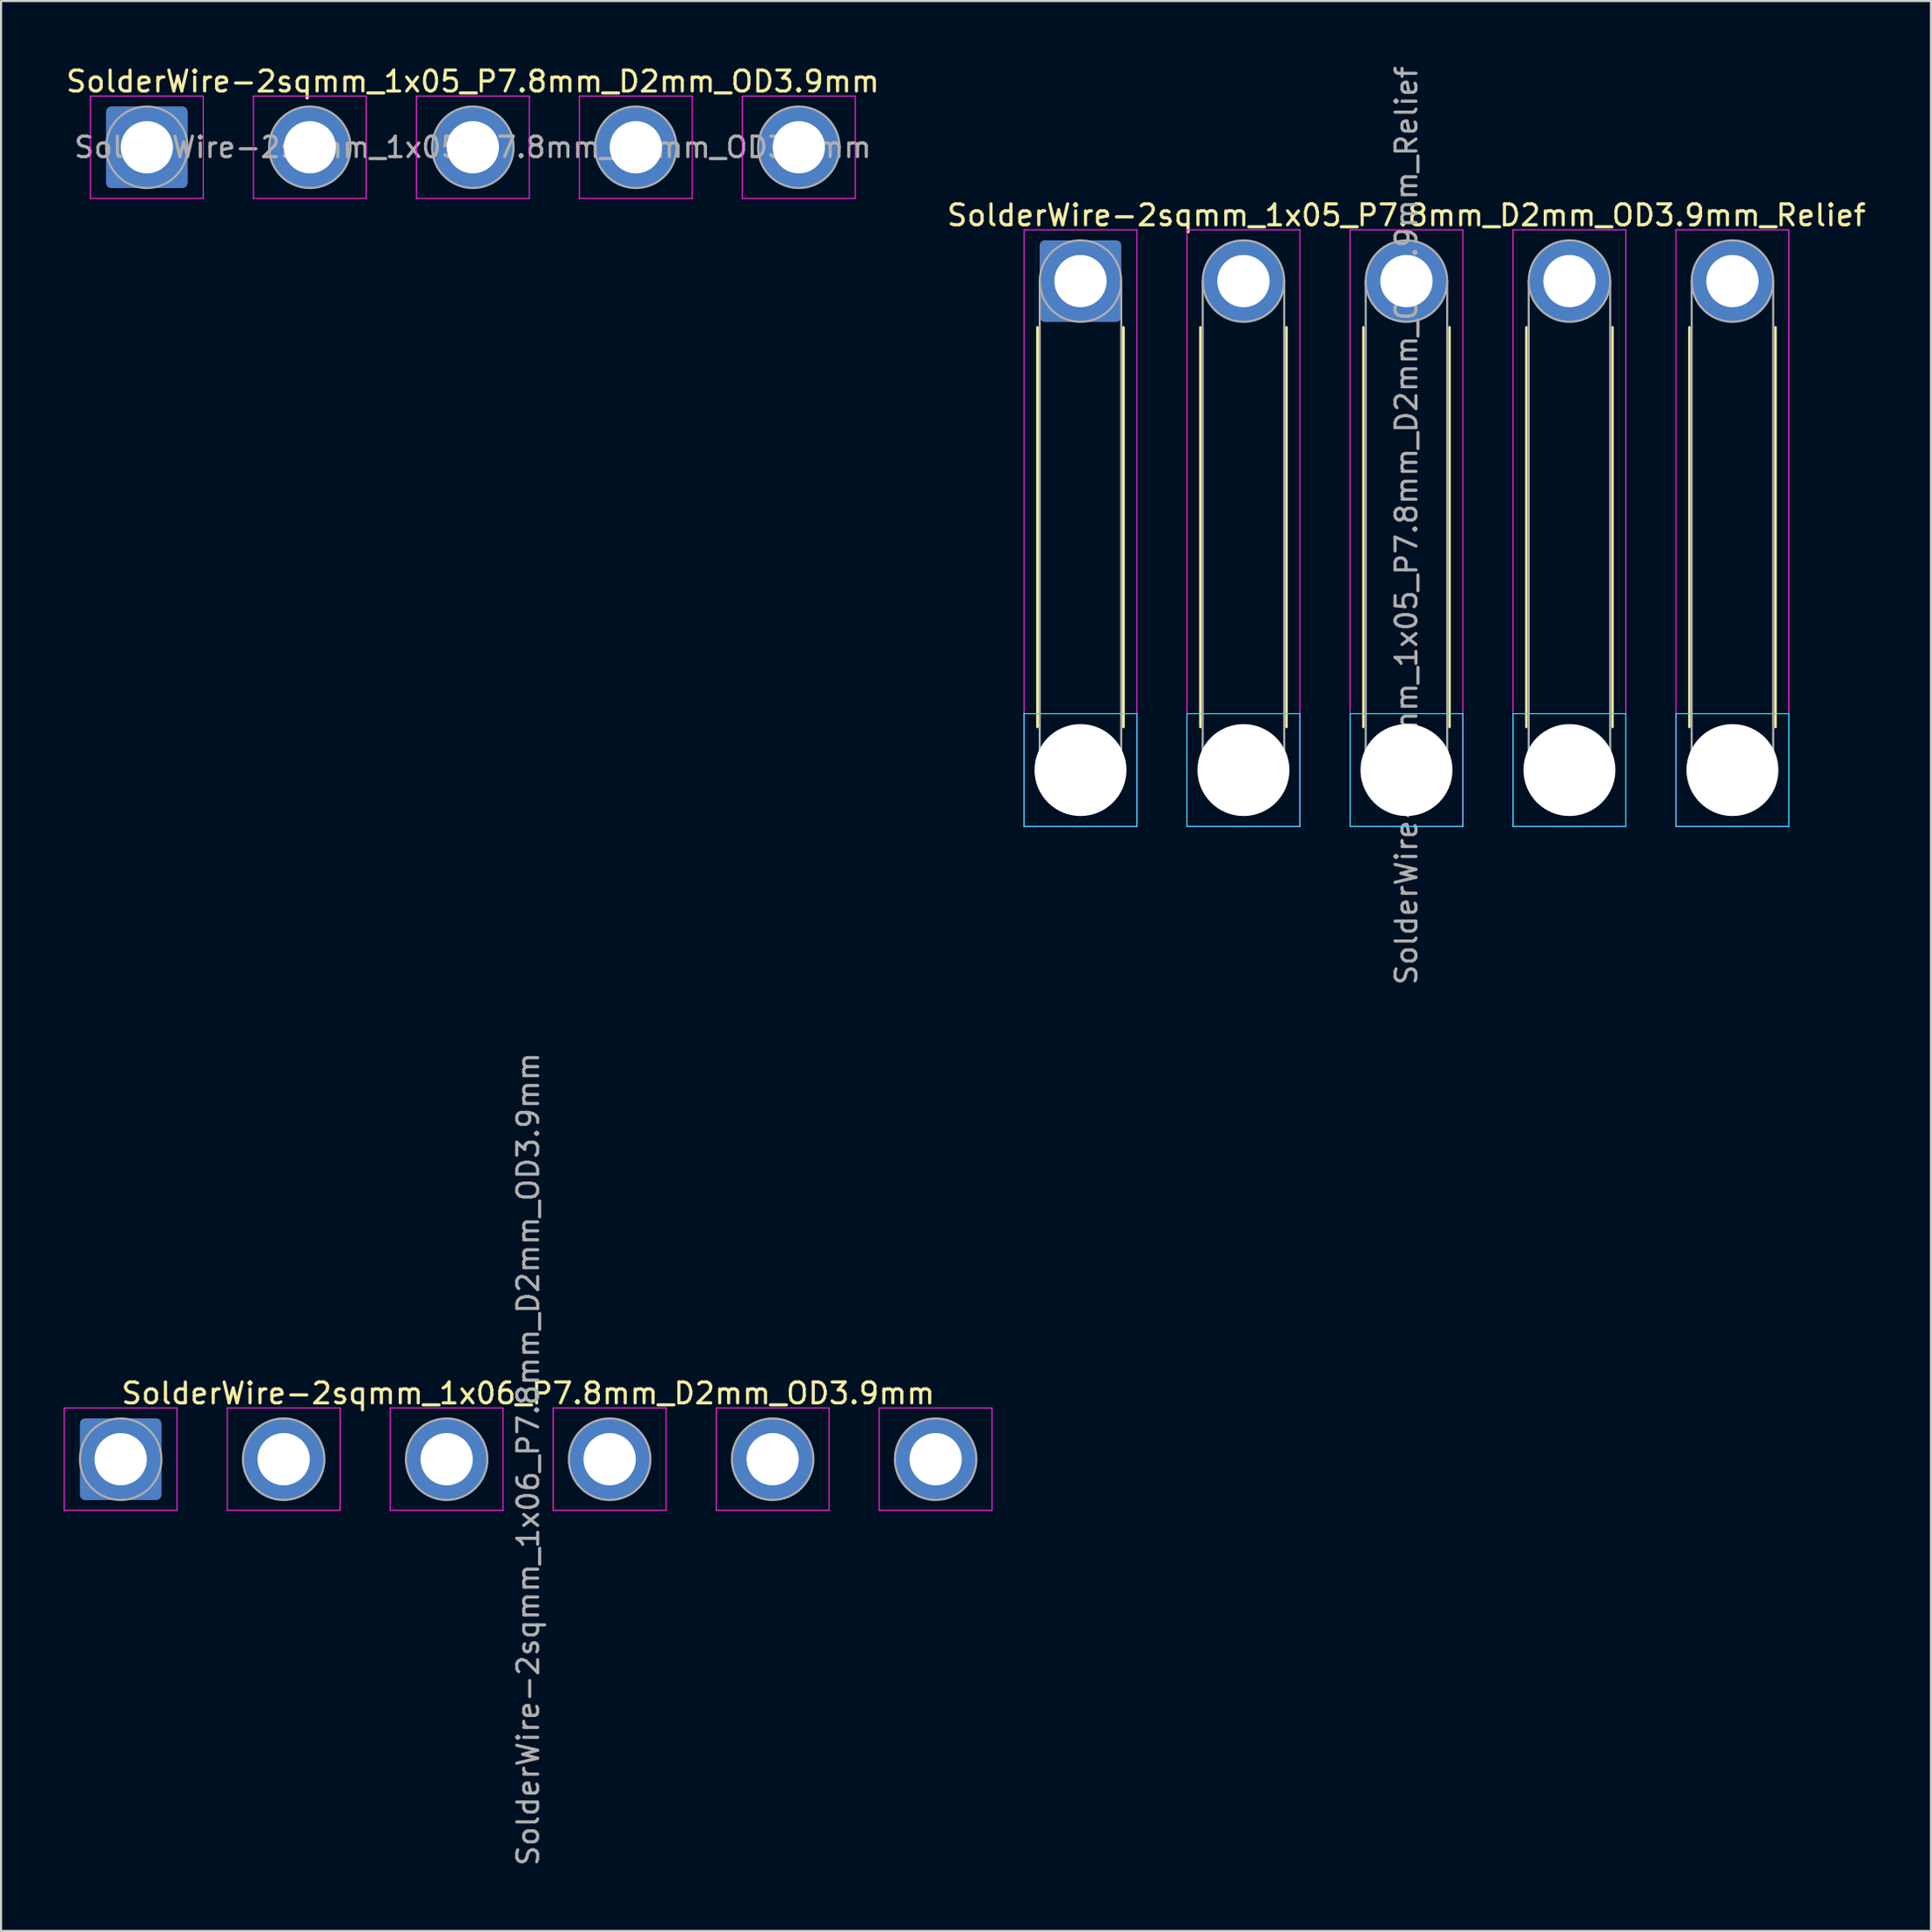
<source format=kicad_pcb>
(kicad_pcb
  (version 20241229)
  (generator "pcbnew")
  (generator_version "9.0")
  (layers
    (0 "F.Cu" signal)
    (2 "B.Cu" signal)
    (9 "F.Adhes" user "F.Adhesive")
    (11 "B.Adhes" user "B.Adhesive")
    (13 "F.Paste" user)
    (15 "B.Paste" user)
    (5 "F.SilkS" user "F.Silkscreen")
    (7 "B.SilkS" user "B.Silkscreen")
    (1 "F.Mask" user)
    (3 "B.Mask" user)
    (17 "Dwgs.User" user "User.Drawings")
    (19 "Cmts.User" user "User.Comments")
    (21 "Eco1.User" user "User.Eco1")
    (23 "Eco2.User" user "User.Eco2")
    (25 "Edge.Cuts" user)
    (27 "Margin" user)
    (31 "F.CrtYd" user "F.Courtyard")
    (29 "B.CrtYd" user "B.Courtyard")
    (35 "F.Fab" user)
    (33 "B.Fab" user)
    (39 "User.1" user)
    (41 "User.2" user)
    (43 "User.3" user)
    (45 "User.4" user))
  (footprint "SolderWire-2sqmm_1x06_P7.8mm_D2mm_OD3.9mm"
    (layer "F.Cu")
    (at 2.725 66.78)
    (property "Reference" "SolderWire-2sqmm_1x06_P7.8mm_D2mm_OD3.9mm" (at 19.5 -3.15 0) (layer "F.SilkS") (effects (font (size 1 1) (thickness 0.15))))
    (attr exclude_from_pos_files exclude_from_bom)
    (fp_line (start -2.7 -2.45) (end -2.7 2.45) (stroke (width 0.05) (type solid)) (layer "F.CrtYd"))
    (fp_line (start -2.7 2.45) (end 2.7 2.45) (stroke (width 0.05) (type solid)) (layer "F.CrtYd"))
    (fp_line (start 2.7 -2.45) (end -2.7 -2.45) (stroke (width 0.05) (type solid)) (layer "F.CrtYd"))
    (fp_line (start 2.7 2.45) (end 2.7 -2.45) (stroke (width 0.05) (type solid)) (layer "F.CrtYd"))
    (fp_line (start 5.1 -2.45) (end 5.1 2.45) (stroke (width 0.05) (type solid)) (layer "F.CrtYd"))
    (fp_line (start 5.1 2.45) (end 10.5 2.45) (stroke (width 0.05) (type solid)) (layer "F.CrtYd"))
    (fp_line (start 10.5 -2.45) (end 5.1 -2.45) (stroke (width 0.05) (type solid)) (layer "F.CrtYd"))
    (fp_line (start 10.5 2.45) (end 10.5 -2.45) (stroke (width 0.05) (type solid)) (layer "F.CrtYd"))
    (fp_line (start 12.9 -2.45) (end 12.9 2.45) (stroke (width 0.05) (type solid)) (layer "F.CrtYd"))
    (fp_line (start 12.9 2.45) (end 18.3 2.45) (stroke (width 0.05) (type solid)) (layer "F.CrtYd"))
    (fp_line (start 18.3 -2.45) (end 12.9 -2.45) (stroke (width 0.05) (type solid)) (layer "F.CrtYd"))
    (fp_line (start 18.3 2.45) (end 18.3 -2.45) (stroke (width 0.05) (type solid)) (layer "F.CrtYd"))
    (fp_line (start 20.7 -2.45) (end 20.7 2.45) (stroke (width 0.05) (type solid)) (layer "F.CrtYd"))
    (fp_line (start 20.7 2.45) (end 26.1 2.45) (stroke (width 0.05) (type solid)) (layer "F.CrtYd"))
    (fp_line (start 26.1 -2.45) (end 20.7 -2.45) (stroke (width 0.05) (type solid)) (layer "F.CrtYd"))
    (fp_line (start 26.1 2.45) (end 26.1 -2.45) (stroke (width 0.05) (type solid)) (layer "F.CrtYd"))
    (fp_line (start 28.5 -2.45) (end 28.5 2.45) (stroke (width 0.05) (type solid)) (layer "F.CrtYd"))
    (fp_line (start 28.5 2.45) (end 33.9 2.45) (stroke (width 0.05) (type solid)) (layer "F.CrtYd"))
    (fp_line (start 33.9 -2.45) (end 28.5 -2.45) (stroke (width 0.05) (type solid)) (layer "F.CrtYd"))
    (fp_line (start 33.9 2.45) (end 33.9 -2.45) (stroke (width 0.05) (type solid)) (layer "F.CrtYd"))
    (fp_line (start 36.3 -2.45) (end 36.3 2.45) (stroke (width 0.05) (type solid)) (layer "F.CrtYd"))
    (fp_line (start 36.3 2.45) (end 41.7 2.45) (stroke (width 0.05) (type solid)) (layer "F.CrtYd"))
    (fp_line (start 41.7 -2.45) (end 36.3 -2.45) (stroke (width 0.05) (type solid)) (layer "F.CrtYd"))
    (fp_line (start 41.7 2.45) (end 41.7 -2.45) (stroke (width 0.05) (type solid)) (layer "F.CrtYd"))
    (fp_circle (center 0 0) (end 1.95 0) (stroke (width 0.1) (type solid)) (fill no) (layer "F.Fab"))
    (fp_circle (center 7.8 0) (end 9.75 0) (stroke (width 0.1) (type solid)) (fill no) (layer "F.Fab"))
    (fp_circle (center 15.6 0) (end 17.55 0) (stroke (width 0.1) (type solid)) (fill no) (layer "F.Fab"))
    (fp_circle (center 23.4 0) (end 25.35 0) (stroke (width 0.1) (type solid)) (fill no) (layer "F.Fab"))
    (fp_circle (center 31.2 0) (end 33.15 0) (stroke (width 0.1) (type solid)) (fill no) (layer "F.Fab"))
    (fp_circle (center 39 0) (end 40.95 0) (stroke (width 0.1) (type solid)) (fill no) (layer "F.Fab"))
    (fp_text user "${REFERENCE}" (at 19.5 0 90) (layer "F.Fab") (effects (font (size 1 1) (thickness 0.15))))
    (pad "1" thru_hole roundrect (at 0 0) (size 3.9 3.9) (drill 2.5) (layers "*.Cu" "*.Mask") (roundrect_rratio 0.064))
    (pad "2" thru_hole circle (at 7.8 0) (size 3.9 3.9) (drill 2.5) (layers "*.Cu" "*.Mask"))
    (pad "3" thru_hole circle (at 15.6 0) (size 3.9 3.9) (drill 2.5) (layers "*.Cu" "*.Mask"))
    (pad "4" thru_hole circle (at 23.4 0) (size 3.9 3.9) (drill 2.5) (layers "*.Cu" "*.Mask"))
    (pad "5" thru_hole circle (at 31.2 0) (size 3.9 3.9) (drill 2.5) (layers "*.Cu" "*.Mask"))
    (pad "6" thru_hole circle (at 39 0) (size 3.9 3.9) (drill 2.5) (layers "*.Cu" "*.Mask")))
  (footprint "SolderWire-2sqmm_1x05_P7.8mm_D2mm_OD3.9mm_Relief"
    (layer "F.Cu")
    (at 48.656 10.401)
    (property "Reference" "SolderWire-2sqmm_1x05_P7.8mm_D2mm_OD3.9mm_Relief" (at 15.6 -3.15 0) (layer "F.SilkS") (effects (font (size 1 1) (thickness 0.15))))
    (attr exclude_from_pos_files exclude_from_bom)
    (fp_line (start -2.06 2.21) (end -2.06 21.34) (stroke (width 0.12) (type solid)) (layer "F.SilkS"))
    (fp_line (start 2.06 2.21) (end 2.06 21.34) (stroke (width 0.12) (type solid)) (layer "F.SilkS"))
    (fp_line (start 5.74 2.21) (end 5.74 21.34) (stroke (width 0.12) (type solid)) (layer "F.SilkS"))
    (fp_line (start 9.86 2.21) (end 9.86 21.34) (stroke (width 0.12) (type solid)) (layer "F.SilkS"))
    (fp_line (start 13.54 2.21) (end 13.54 21.34) (stroke (width 0.12) (type solid)) (layer "F.SilkS"))
    (fp_line (start 17.66 2.21) (end 17.66 21.34) (stroke (width 0.12) (type solid)) (layer "F.SilkS"))
    (fp_line (start 21.34 2.21) (end 21.34 21.34) (stroke (width 0.12) (type solid)) (layer "F.SilkS"))
    (fp_line (start 25.46 2.21) (end 25.46 21.34) (stroke (width 0.12) (type solid)) (layer "F.SilkS"))
    (fp_line (start 29.14 2.21) (end 29.14 21.34) (stroke (width 0.12) (type solid)) (layer "F.SilkS"))
    (fp_line (start 33.26 2.21) (end 33.26 21.34) (stroke (width 0.12) (type solid)) (layer "F.SilkS"))
    (fp_line (start -2.7 20.7) (end -2.7 26.1) (stroke (width 0.05) (type solid)) (layer "B.CrtYd"))
    (fp_line (start -2.7 26.1) (end 2.7 26.1) (stroke (width 0.05) (type solid)) (layer "B.CrtYd"))
    (fp_line (start 2.7 20.7) (end -2.7 20.7) (stroke (width 0.05) (type solid)) (layer "B.CrtYd"))
    (fp_line (start 2.7 26.1) (end 2.7 20.7) (stroke (width 0.05) (type solid)) (layer "B.CrtYd"))
    (fp_line (start 5.1 20.7) (end 5.1 26.1) (stroke (width 0.05) (type solid)) (layer "B.CrtYd"))
    (fp_line (start 5.1 26.1) (end 10.5 26.1) (stroke (width 0.05) (type solid)) (layer "B.CrtYd"))
    (fp_line (start 10.5 20.7) (end 5.1 20.7) (stroke (width 0.05) (type solid)) (layer "B.CrtYd"))
    (fp_line (start 10.5 26.1) (end 10.5 20.7) (stroke (width 0.05) (type solid)) (layer "B.CrtYd"))
    (fp_line (start 12.9 20.7) (end 12.9 26.1) (stroke (width 0.05) (type solid)) (layer "B.CrtYd"))
    (fp_line (start 12.9 26.1) (end 18.3 26.1) (stroke (width 0.05) (type solid)) (layer "B.CrtYd"))
    (fp_line (start 18.3 20.7) (end 12.9 20.7) (stroke (width 0.05) (type solid)) (layer "B.CrtYd"))
    (fp_line (start 18.3 26.1) (end 18.3 20.7) (stroke (width 0.05) (type solid)) (layer "B.CrtYd"))
    (fp_line (start 20.7 20.7) (end 20.7 26.1) (stroke (width 0.05) (type solid)) (layer "B.CrtYd"))
    (fp_line (start 20.7 26.1) (end 26.1 26.1) (stroke (width 0.05) (type solid)) (layer "B.CrtYd"))
    (fp_line (start 26.1 20.7) (end 20.7 20.7) (stroke (width 0.05) (type solid)) (layer "B.CrtYd"))
    (fp_line (start 26.1 26.1) (end 26.1 20.7) (stroke (width 0.05) (type solid)) (layer "B.CrtYd"))
    (fp_line (start 28.5 20.7) (end 28.5 26.1) (stroke (width 0.05) (type solid)) (layer "B.CrtYd"))
    (fp_line (start 28.5 26.1) (end 33.9 26.1) (stroke (width 0.05) (type solid)) (layer "B.CrtYd"))
    (fp_line (start 33.9 20.7) (end 28.5 20.7) (stroke (width 0.05) (type solid)) (layer "B.CrtYd"))
    (fp_line (start 33.9 26.1) (end 33.9 20.7) (stroke (width 0.05) (type solid)) (layer "B.CrtYd"))
    (fp_line (start -2.7 -2.45) (end -2.7 26.1) (stroke (width 0.05) (type solid)) (layer "F.CrtYd"))
    (fp_line (start -2.7 26.1) (end 2.7 26.1) (stroke (width 0.05) (type solid)) (layer "F.CrtYd"))
    (fp_line (start 2.7 -2.45) (end -2.7 -2.45) (stroke (width 0.05) (type solid)) (layer "F.CrtYd"))
    (fp_line (start 2.7 26.1) (end 2.7 -2.45) (stroke (width 0.05) (type solid)) (layer "F.CrtYd"))
    (fp_line (start 5.1 -2.45) (end 5.1 26.1) (stroke (width 0.05) (type solid)) (layer "F.CrtYd"))
    (fp_line (start 5.1 26.1) (end 10.5 26.1) (stroke (width 0.05) (type solid)) (layer "F.CrtYd"))
    (fp_line (start 10.5 -2.45) (end 5.1 -2.45) (stroke (width 0.05) (type solid)) (layer "F.CrtYd"))
    (fp_line (start 10.5 26.1) (end 10.5 -2.45) (stroke (width 0.05) (type solid)) (layer "F.CrtYd"))
    (fp_line (start 12.9 -2.45) (end 12.9 26.1) (stroke (width 0.05) (type solid)) (layer "F.CrtYd"))
    (fp_line (start 12.9 26.1) (end 18.3 26.1) (stroke (width 0.05) (type solid)) (layer "F.CrtYd"))
    (fp_line (start 18.3 -2.45) (end 12.9 -2.45) (stroke (width 0.05) (type solid)) (layer "F.CrtYd"))
    (fp_line (start 18.3 26.1) (end 18.3 -2.45) (stroke (width 0.05) (type solid)) (layer "F.CrtYd"))
    (fp_line (start 20.7 -2.45) (end 20.7 26.1) (stroke (width 0.05) (type solid)) (layer "F.CrtYd"))
    (fp_line (start 20.7 26.1) (end 26.1 26.1) (stroke (width 0.05) (type solid)) (layer "F.CrtYd"))
    (fp_line (start 26.1 -2.45) (end 20.7 -2.45) (stroke (width 0.05) (type solid)) (layer "F.CrtYd"))
    (fp_line (start 26.1 26.1) (end 26.1 -2.45) (stroke (width 0.05) (type solid)) (layer "F.CrtYd"))
    (fp_line (start 28.5 -2.45) (end 28.5 26.1) (stroke (width 0.05) (type solid)) (layer "F.CrtYd"))
    (fp_line (start 28.5 26.1) (end 33.9 26.1) (stroke (width 0.05) (type solid)) (layer "F.CrtYd"))
    (fp_line (start 33.9 -2.45) (end 28.5 -2.45) (stroke (width 0.05) (type solid)) (layer "F.CrtYd"))
    (fp_line (start 33.9 26.1) (end 33.9 -2.45) (stroke (width 0.05) (type solid)) (layer "F.CrtYd"))
    (fp_line (start -1.95 0) (end -1.95 23.4) (stroke (width 0.1) (type solid)) (layer "F.Fab"))
    (fp_line (start 1.95 0) (end 1.95 23.4) (stroke (width 0.1) (type solid)) (layer "F.Fab"))
    (fp_line (start 5.85 0) (end 5.85 23.4) (stroke (width 0.1) (type solid)) (layer "F.Fab"))
    (fp_line (start 9.75 0) (end 9.75 23.4) (stroke (width 0.1) (type solid)) (layer "F.Fab"))
    (fp_line (start 13.65 0) (end 13.65 23.4) (stroke (width 0.1) (type solid)) (layer "F.Fab"))
    (fp_line (start 17.55 0) (end 17.55 23.4) (stroke (width 0.1) (type solid)) (layer "F.Fab"))
    (fp_line (start 21.45 0) (end 21.45 23.4) (stroke (width 0.1) (type solid)) (layer "F.Fab"))
    (fp_line (start 25.35 0) (end 25.35 23.4) (stroke (width 0.1) (type solid)) (layer "F.Fab"))
    (fp_line (start 29.25 0) (end 29.25 23.4) (stroke (width 0.1) (type solid)) (layer "F.Fab"))
    (fp_line (start 33.15 0) (end 33.15 23.4) (stroke (width 0.1) (type solid)) (layer "F.Fab"))
    (fp_circle (center 0 0) (end 1.95 0) (stroke (width 0.1) (type solid)) (fill no) (layer "F.Fab"))
    (fp_circle (center 0 23.4) (end 1.95 23.4) (stroke (width 0.1) (type solid)) (fill no) (layer "F.Fab"))
    (fp_circle (center 7.8 0) (end 9.75 0) (stroke (width 0.1) (type solid)) (fill no) (layer "F.Fab"))
    (fp_circle (center 7.8 23.4) (end 9.75 23.4) (stroke (width 0.1) (type solid)) (fill no) (layer "F.Fab"))
    (fp_circle (center 15.6 0) (end 17.55 0) (stroke (width 0.1) (type solid)) (fill no) (layer "F.Fab"))
    (fp_circle (center 15.6 23.4) (end 17.55 23.4) (stroke (width 0.1) (type solid)) (fill no) (layer "F.Fab"))
    (fp_circle (center 23.4 0) (end 25.35 0) (stroke (width 0.1) (type solid)) (fill no) (layer "F.Fab"))
    (fp_circle (center 23.4 23.4) (end 25.35 23.4) (stroke (width 0.1) (type solid)) (fill no) (layer "F.Fab"))
    (fp_circle (center 31.2 0) (end 33.15 0) (stroke (width 0.1) (type solid)) (fill no) (layer "F.Fab"))
    (fp_circle (center 31.2 23.4) (end 33.15 23.4) (stroke (width 0.1) (type solid)) (fill no) (layer "F.Fab"))
    (fp_text user "${REFERENCE}" (at 15.6 11.7 90) (layer "F.Fab") (effects (font (size 1 1) (thickness 0.15))))
    (pad "" np_thru_hole circle (at 0 23.4) (size 4.4 4.4) (drill 4.4) (layers "*.Cu" "*.Mask"))
    (pad "" np_thru_hole circle (at 7.8 23.4) (size 4.4 4.4) (drill 4.4) (layers "*.Cu" "*.Mask"))
    (pad "" np_thru_hole circle (at 15.6 23.4) (size 4.4 4.4) (drill 4.4) (layers "*.Cu" "*.Mask"))
    (pad "" np_thru_hole circle (at 23.4 23.4) (size 4.4 4.4) (drill 4.4) (layers "*.Cu" "*.Mask"))
    (pad "" np_thru_hole circle (at 31.2 23.4) (size 4.4 4.4) (drill 4.4) (layers "*.Cu" "*.Mask"))
    (pad "1" thru_hole roundrect (at 0 0) (size 3.9 3.9) (drill 2.5) (layers "*.Cu" "*.Mask") (roundrect_rratio 0.064))
    (pad "2" thru_hole circle (at 7.8 0) (size 3.9 3.9) (drill 2.5) (layers "*.Cu" "*.Mask"))
    (pad "3" thru_hole circle (at 15.6 0) (size 3.9 3.9) (drill 2.5) (layers "*.Cu" "*.Mask"))
    (pad "4" thru_hole circle (at 23.4 0) (size 3.9 3.9) (drill 2.5) (layers "*.Cu" "*.Mask"))
    (pad "5" thru_hole circle (at 31.2 0) (size 3.9 3.9) (drill 2.5) (layers "*.Cu" "*.Mask")))
  (footprint "SolderWire-2sqmm_1x05_P7.8mm_D2mm_OD3.9mm"
    (layer "F.Cu")
    (at 3.977 3.998)
    (property "Reference" "SolderWire-2sqmm_1x05_P7.8mm_D2mm_OD3.9mm" (at 15.6 -3.15 0) (layer "F.SilkS") (effects (font (size 1 1) (thickness 0.15))))
    (attr exclude_from_pos_files exclude_from_bom)
    (fp_line (start -2.7 -2.45) (end -2.7 2.45) (stroke (width 0.05) (type solid)) (layer "F.CrtYd"))
    (fp_line (start -2.7 2.45) (end 2.7 2.45) (stroke (width 0.05) (type solid)) (layer "F.CrtYd"))
    (fp_line (start 2.7 -2.45) (end -2.7 -2.45) (stroke (width 0.05) (type solid)) (layer "F.CrtYd"))
    (fp_line (start 2.7 2.45) (end 2.7 -2.45) (stroke (width 0.05) (type solid)) (layer "F.CrtYd"))
    (fp_line (start 5.1 -2.45) (end 5.1 2.45) (stroke (width 0.05) (type solid)) (layer "F.CrtYd"))
    (fp_line (start 5.1 2.45) (end 10.5 2.45) (stroke (width 0.05) (type solid)) (layer "F.CrtYd"))
    (fp_line (start 10.5 -2.45) (end 5.1 -2.45) (stroke (width 0.05) (type solid)) (layer "F.CrtYd"))
    (fp_line (start 10.5 2.45) (end 10.5 -2.45) (stroke (width 0.05) (type solid)) (layer "F.CrtYd"))
    (fp_line (start 12.9 -2.45) (end 12.9 2.45) (stroke (width 0.05) (type solid)) (layer "F.CrtYd"))
    (fp_line (start 12.9 2.45) (end 18.3 2.45) (stroke (width 0.05) (type solid)) (layer "F.CrtYd"))
    (fp_line (start 18.3 -2.45) (end 12.9 -2.45) (stroke (width 0.05) (type solid)) (layer "F.CrtYd"))
    (fp_line (start 18.3 2.45) (end 18.3 -2.45) (stroke (width 0.05) (type solid)) (layer "F.CrtYd"))
    (fp_line (start 20.7 -2.45) (end 20.7 2.45) (stroke (width 0.05) (type solid)) (layer "F.CrtYd"))
    (fp_line (start 20.7 2.45) (end 26.1 2.45) (stroke (width 0.05) (type solid)) (layer "F.CrtYd"))
    (fp_line (start 26.1 -2.45) (end 20.7 -2.45) (stroke (width 0.05) (type solid)) (layer "F.CrtYd"))
    (fp_line (start 26.1 2.45) (end 26.1 -2.45) (stroke (width 0.05) (type solid)) (layer "F.CrtYd"))
    (fp_line (start 28.5 -2.45) (end 28.5 2.45) (stroke (width 0.05) (type solid)) (layer "F.CrtYd"))
    (fp_line (start 28.5 2.45) (end 33.9 2.45) (stroke (width 0.05) (type solid)) (layer "F.CrtYd"))
    (fp_line (start 33.9 -2.45) (end 28.5 -2.45) (stroke (width 0.05) (type solid)) (layer "F.CrtYd"))
    (fp_line (start 33.9 2.45) (end 33.9 -2.45) (stroke (width 0.05) (type solid)) (layer "F.CrtYd"))
    (fp_circle (center 0 0) (end 1.95 0) (stroke (width 0.1) (type solid)) (fill no) (layer "F.Fab"))
    (fp_circle (center 7.8 0) (end 9.75 0) (stroke (width 0.1) (type solid)) (fill no) (layer "F.Fab"))
    (fp_circle (center 15.6 0) (end 17.55 0) (stroke (width 0.1) (type solid)) (fill no) (layer "F.Fab"))
    (fp_circle (center 23.4 0) (end 25.35 0) (stroke (width 0.1) (type solid)) (fill no) (layer "F.Fab"))
    (fp_circle (center 31.2 0) (end 33.15 0) (stroke (width 0.1) (type solid)) (fill no) (layer "F.Fab"))
    (fp_text user "${REFERENCE}" (at 15.6 0 0) (layer "F.Fab") (effects (font (size 0.98 0.98) (thickness 0.15))))
    (pad "1" thru_hole roundrect (at 0 0) (size 3.9 3.9) (drill 2.5) (layers "*.Cu" "*.Mask") (roundrect_rratio 0.064))
    (pad "2" thru_hole circle (at 7.8 0) (size 3.9 3.9) (drill 2.5) (layers "*.Cu" "*.Mask"))
    (pad "3" thru_hole circle (at 15.6 0) (size 3.9 3.9) (drill 2.5) (layers "*.Cu" "*.Mask"))
    (pad "4" thru_hole circle (at 23.4 0) (size 3.9 3.9) (drill 2.5) (layers "*.Cu" "*.Mask"))
    (pad "5" thru_hole circle (at 31.2 0) (size 3.9 3.9) (drill 2.5) (layers "*.Cu" "*.Mask")))
  (gr_rect
    (start -3 -3)
    (end 89.357 89.357)
    (stroke (width 0.1) (type default))
    (fill no)
    (layer "Edge.Cuts")))
</source>
